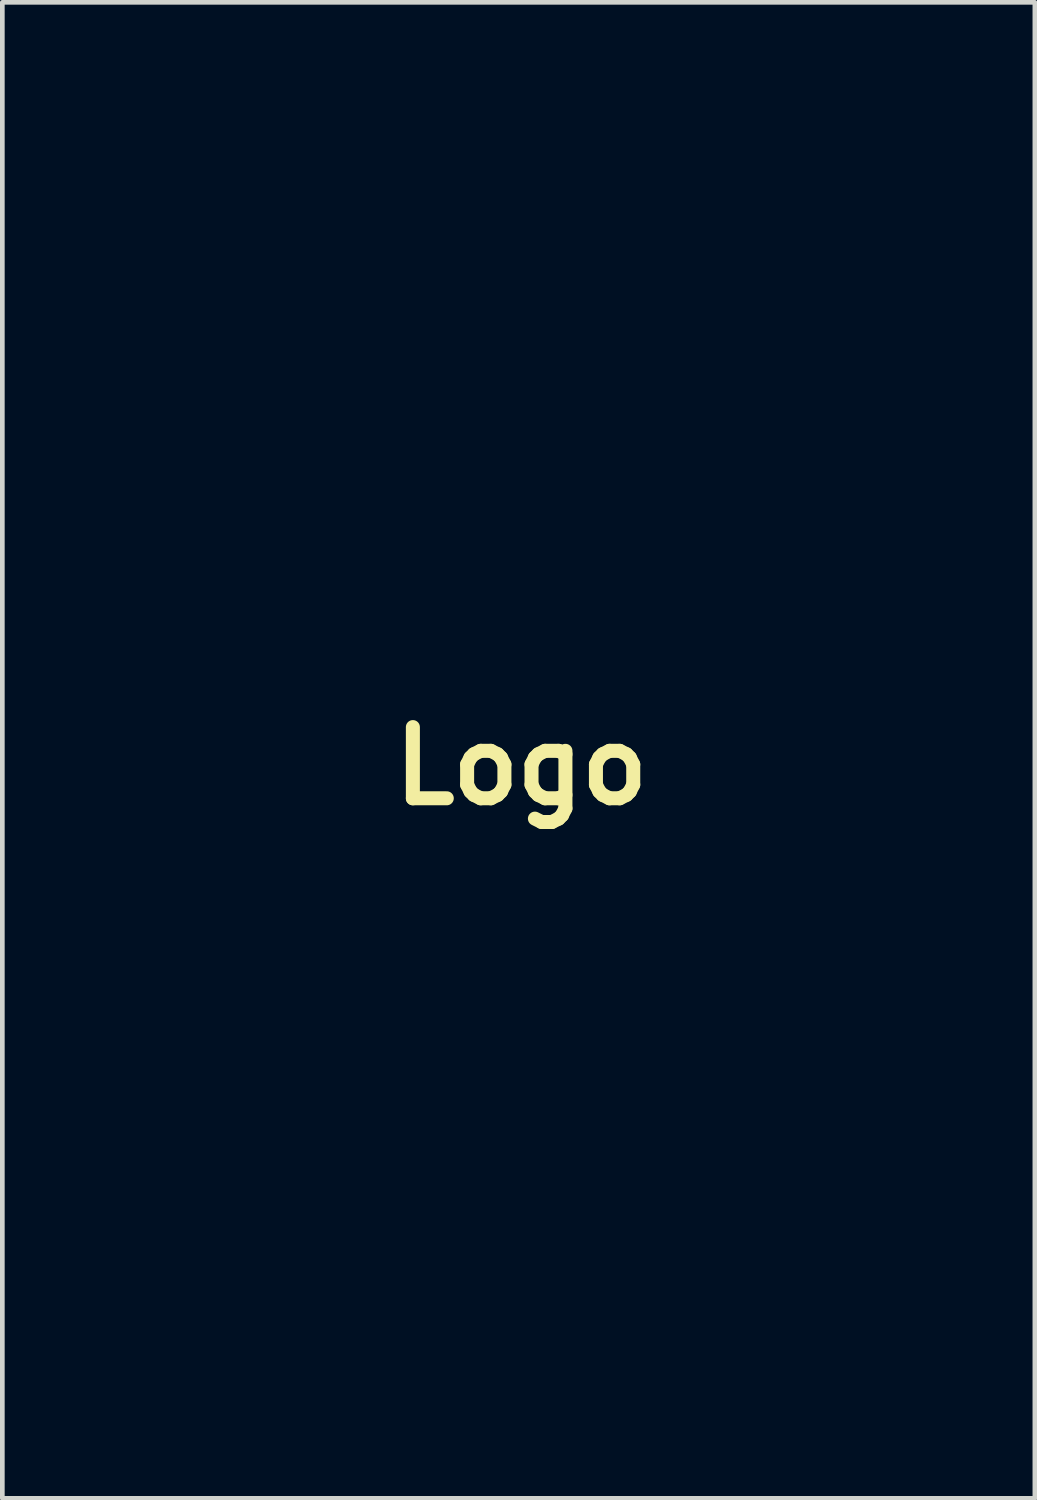
<source format=kicad_pcb>
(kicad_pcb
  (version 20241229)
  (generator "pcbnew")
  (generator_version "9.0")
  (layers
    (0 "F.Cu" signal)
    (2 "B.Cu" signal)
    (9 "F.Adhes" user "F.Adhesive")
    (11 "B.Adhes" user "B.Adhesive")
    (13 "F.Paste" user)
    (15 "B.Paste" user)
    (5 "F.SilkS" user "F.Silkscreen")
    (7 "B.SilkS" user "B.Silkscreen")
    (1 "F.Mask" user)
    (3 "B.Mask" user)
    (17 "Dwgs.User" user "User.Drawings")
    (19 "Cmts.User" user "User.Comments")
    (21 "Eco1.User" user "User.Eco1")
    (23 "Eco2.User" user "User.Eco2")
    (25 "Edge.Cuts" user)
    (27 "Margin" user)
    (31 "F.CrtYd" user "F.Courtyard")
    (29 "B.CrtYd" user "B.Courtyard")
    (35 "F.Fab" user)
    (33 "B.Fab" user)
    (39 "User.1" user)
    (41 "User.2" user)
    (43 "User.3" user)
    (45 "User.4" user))
  (footprint "Logo"
    (layer "F.Cu")
    (at 8.111 13.35)
    (property "Reference" "Logo" (at 0 0 0) (layer "F.SilkS") (effects (font (size 1.524 1.524) (thickness 0.3))))
    (attr through_hole)
    (fp_poly (pts (xy -2.435 7.479) (xy -2.406 7.495) (xy -2.382 7.523) (xy -2.362 7.568) (xy -2.347 7.634) (xy -2.335 7.723) (xy -2.326 7.841) (xy -2.32 7.989) (xy -2.316 8.172) (xy -2.314 8.394) (xy -2.314 8.657) (xy -2.314 8.966) (xy -2.314 9.324) (xy -2.314 9.735) (xy -2.314 9.751) (xy -2.314 11.91) (xy -1.236 11.91) (xy -1.252 11.975) (xy -1.287 12.081) (xy -1.338 12.193) (xy -1.394 12.29) (xy -1.441 12.349) (xy -1.465 12.367) (xy -1.496 12.38) (xy -1.542 12.391) (xy -1.611 12.398) (xy -1.71 12.403) (xy -1.847 12.407) (xy -2.029 12.411) (xy -2.148 12.412) (xy -2.794 12.421) (xy -2.794 7.479) (xy -2.611 7.479) (xy -2.557 7.477) (xy -2.51 7.474) (xy -2.469 7.474) (xy -2.435 7.479)) (stroke (width 0.01) (type solid)) (fill no) (layer "Eco2.User"))
    (fp_poly (pts (xy 4.15 7.474) (xy 4.195 7.477) (xy 4.246 7.479) (xy 4.247 7.479) (xy 4.431 7.479) (xy 4.433 8.375) (xy 4.435 9.271) (xy 5.028 7.507) (xy 5.528 7.507) (xy 5.448 7.74) (xy 5.419 7.825) (xy 5.374 7.954) (xy 5.317 8.12) (xy 5.251 8.313) (xy 5.178 8.524) (xy 5.102 8.746) (xy 5.067 8.846) (xy 4.766 9.719) (xy 5.164 11.025) (xy 5.243 11.287) (xy 5.318 11.532) (xy 5.387 11.757) (xy 5.448 11.956) (xy 5.499 12.122) (xy 5.538 12.25) (xy 5.565 12.336) (xy 5.577 12.374) (xy 5.577 12.374) (xy 5.578 12.395) (xy 5.554 12.408) (xy 5.496 12.415) (xy 5.394 12.418) (xy 5.341 12.418) (xy 5.088 12.418) (xy 4.902 11.79) (xy 4.838 11.574) (xy 4.769 11.342) (xy 4.701 11.111) (xy 4.638 10.898) (xy 4.586 10.72) (xy 4.58 10.702) (xy 4.445 10.241) (xy 4.43 12.418) (xy 3.951 12.418) (xy 3.951 10.005) (xy 3.951 9.568) (xy 3.95 9.184) (xy 3.95 8.85) (xy 3.951 8.562) (xy 3.952 8.317) (xy 3.955 8.111) (xy 3.96 7.941) (xy 3.967 7.804) (xy 3.976 7.696) (xy 3.989 7.614) (xy 4.005 7.555) (xy 4.025 7.514) (xy 4.049 7.489) (xy 4.077 7.476) (xy 4.111 7.472) (xy 4.15 7.474)) (stroke (width 0.01) (type solid)) (fill no) (layer "Eco2.User"))
    (fp_poly (pts (xy 4.43 2.117) (xy 4.555 2.117) (xy 5.535 2.117) (xy 5.515 2.18) (xy 5.492 2.24) (xy 5.454 2.328) (xy 5.421 2.399) (xy 5.37 2.49) (xy 5.31 2.553) (xy 5.231 2.593) (xy 5.121 2.614) (xy 4.97 2.622) (xy 4.923 2.623) (xy 4.799 2.628) (xy 4.708 2.641) (xy 4.662 2.659) (xy 4.656 2.679) (xy 4.65 2.727) (xy 4.645 2.806) (xy 4.641 2.919) (xy 4.637 3.069) (xy 4.634 3.258) (xy 4.632 3.489) (xy 4.63 3.766) (xy 4.629 4.09) (xy 4.629 4.466) (xy 4.628 4.874) (xy 4.628 7.056) (xy 4.438 7.055) (xy 4.333 7.05) (xy 4.246 7.039) (xy 4.198 7.025) (xy 4.189 7.017) (xy 4.181 7.002) (xy 4.174 6.977) (xy 4.168 6.937) (xy 4.164 6.879) (xy 4.16 6.799) (xy 4.156 6.694) (xy 4.154 6.559) (xy 4.152 6.391) (xy 4.151 6.187) (xy 4.15 5.942) (xy 4.149 5.652) (xy 4.149 5.315) (xy 4.149 4.926) (xy 4.149 4.81) (xy 4.149 2.625) (xy 3.471 2.625) (xy 3.471 2.417) (xy 3.471 2.341) (xy 3.472 2.278) (xy 3.48 2.229) (xy 3.5 2.19) (xy 3.539 2.162) (xy 3.6 2.142) (xy 3.689 2.129) (xy 3.811 2.121) (xy 3.972 2.117) (xy 4.176 2.116) (xy 4.43 2.117)) (stroke (width 0.01) (type solid)) (fill no) (layer "Eco2.User"))
    (fp_poly (pts (xy 2.179 2.119) (xy 2.345 2.126) (xy 2.473 2.14) (xy 2.573 2.163) (xy 2.653 2.198) (xy 2.722 2.246) (xy 2.78 2.3) (xy 2.827 2.349) (xy 2.866 2.397) (xy 2.896 2.451) (xy 2.919 2.517) (xy 2.936 2.601) (xy 2.948 2.709) (xy 2.956 2.847) (xy 2.961 3.022) (xy 2.963 3.241) (xy 2.963 3.508) (xy 2.963 3.553) (xy 2.963 3.831) (xy 2.96 4.058) (xy 2.956 4.239) (xy 2.949 4.38) (xy 2.938 4.486) (xy 2.923 4.562) (xy 2.903 4.615) (xy 2.879 4.649) (xy 2.848 4.67) (xy 2.836 4.675) (xy 2.807 4.693) (xy 2.82 4.722) (xy 2.834 4.739) (xy 2.866 4.777) (xy 2.893 4.818) (xy 2.914 4.866) (xy 2.93 4.929) (xy 2.943 5.011) (xy 2.952 5.119) (xy 2.957 5.258) (xy 2.961 5.434) (xy 2.963 5.653) (xy 2.963 5.921) (xy 2.963 6.025) (xy 2.963 7.056) (xy 2.484 7.056) (xy 2.484 5.113) (xy 2.41 5.026) (xy 2.366 4.978) (xy 2.32 4.952) (xy 2.256 4.941) (xy 2.156 4.939) (xy 1.976 4.939) (xy 1.976 7.056) (xy 1.496 7.056) (xy 1.496 2.596) (xy 1.976 2.596) (xy 1.976 4.459) (xy 2.16 4.459) (xy 2.267 4.456) (xy 2.336 4.443) (xy 2.385 4.416) (xy 2.414 4.39) (xy 2.484 4.321) (xy 2.484 2.735) (xy 2.414 2.666) (xy 2.367 2.627) (xy 2.312 2.606) (xy 2.231 2.597) (xy 2.16 2.596) (xy 1.976 2.596) (xy 1.496 2.596) (xy 1.496 2.117) (xy 1.965 2.117) (xy 2.179 2.119)) (stroke (width 0.01) (type solid)) (fill no) (layer "Eco2.User"))
    (fp_poly (pts (xy -3.088 2.117) (xy -3.043 2.123) (xy -3.004 2.139) (xy -2.97 2.169) (xy -2.938 2.218) (xy -2.907 2.289) (xy -2.876 2.387) (xy -2.843 2.516) (xy -2.806 2.681) (xy -2.763 2.885) (xy -2.714 3.133) (xy -2.655 3.429) (xy -2.609 3.663) (xy -2.555 3.937) (xy -2.504 4.194) (xy -2.456 4.428) (xy -2.414 4.635) (xy -2.378 4.808) (xy -2.349 4.943) (xy -2.328 5.034) (xy -2.316 5.077) (xy -2.315 5.08) (xy -2.307 5.053) (xy -2.289 4.976) (xy -2.264 4.854) (xy -2.232 4.693) (xy -2.193 4.497) (xy -2.15 4.273) (xy -2.103 4.025) (xy -2.053 3.759) (xy -2.048 3.732) (xy -1.997 3.461) (xy -1.949 3.204) (xy -1.904 2.968) (xy -1.864 2.757) (xy -1.83 2.579) (xy -1.802 2.439) (xy -1.783 2.342) (xy -1.772 2.295) (xy -1.772 2.294) (xy -1.732 2.206) (xy -1.664 2.15) (xy -1.558 2.122) (xy -1.447 2.117) (xy -1.27 2.117) (xy -1.27 7.056) (xy -1.75 7.056) (xy -1.752 5.793) (xy -1.754 4.53) (xy -1.892 5.165) (xy -1.935 5.361) (xy -1.977 5.552) (xy -2.015 5.727) (xy -2.047 5.873) (xy -2.07 5.981) (xy -2.076 6.008) (xy -2.122 6.216) (xy -2.252 6.198) (xy -2.384 6.167) (xy -2.476 6.109) (xy -2.542 6.017) (xy -2.55 6.002) (xy -2.569 5.948) (xy -2.597 5.847) (xy -2.633 5.709) (xy -2.674 5.542) (xy -2.718 5.356) (xy -2.749 5.217) (xy -2.902 4.53) (xy -2.905 5.793) (xy -2.907 7.056) (xy -3.387 7.056) (xy -3.387 2.117) (xy -3.202 2.117) (xy -3.14 2.116) (xy -3.088 2.117)) (stroke (width 0.01) (type solid)) (fill no) (layer "Eco2.User"))
    (fp_poly (pts (xy 0.078 2.131) (xy 0.181 2.174) (xy 0.244 2.254) (xy 0.265 2.321) (xy 0.27 2.359) (xy 0.284 2.446) (xy 0.304 2.579) (xy 0.329 2.752) (xy 0.36 2.961) (xy 0.395 3.199) (xy 0.434 3.463) (xy 0.476 3.746) (xy 0.52 4.045) (xy 0.566 4.355) (xy 0.612 4.669) (xy 0.658 4.984) (xy 0.704 5.293) (xy 0.748 5.593) (xy 0.79 5.879) (xy 0.829 6.145) (xy 0.864 6.385) (xy 0.895 6.597) (xy 0.92 6.773) (xy 0.94 6.91) (xy 0.953 7.002) (xy 0.959 7.045) (xy 0.96 7.047) (xy 0.933 7.051) (xy 0.863 7.054) (xy 0.761 7.055) (xy 0.696 7.056) (xy 0.433 7.056) (xy 0.224 5.375) (xy 0.186 5.076) (xy 0.15 4.795) (xy 0.116 4.538) (xy 0.085 4.308) (xy 0.058 4.112) (xy 0.034 3.953) (xy 0.015 3.835) (xy 0.002 3.764) (xy -0.005 3.745) (xy -0.005 3.745) (xy -0.012 3.782) (xy -0.025 3.87) (xy -0.044 4.003) (xy -0.067 4.176) (xy -0.094 4.384) (xy -0.124 4.621) (xy -0.157 4.883) (xy -0.192 5.163) (xy -0.212 5.32) (xy -0.247 5.61) (xy -0.281 5.887) (xy -0.313 6.143) (xy -0.342 6.374) (xy -0.367 6.574) (xy -0.387 6.737) (xy -0.403 6.859) (xy -0.412 6.932) (xy -0.415 6.95) (xy -0.431 7.056) (xy -0.956 7.056) (xy -0.942 6.964) (xy -0.935 6.922) (xy -0.922 6.829) (xy -0.901 6.689) (xy -0.874 6.506) (xy -0.842 6.284) (xy -0.805 6.027) (xy -0.763 5.74) (xy -0.717 5.427) (xy -0.669 5.093) (xy -0.617 4.741) (xy -0.583 4.501) (xy -0.238 2.131) (xy -0.068 2.123) (xy 0.078 2.131)) (stroke (width 0.01) (type solid)) (fill no) (layer "Eco2.User"))
    (fp_poly (pts (xy 0.167 7.225) (xy 0.746 7.225) (xy 1.272 7.225) (xy 1.75 7.226) (xy 2.18 7.226) (xy 2.566 7.227) (xy 2.91 7.228) (xy 3.213 7.229) (xy 3.479 7.23) (xy 3.71 7.232) (xy 3.908 7.234) (xy 4.075 7.236) (xy 4.215 7.238) (xy 4.328 7.241) (xy 4.418 7.244) (xy 4.487 7.247) (xy 4.538 7.251) (xy 4.571 7.255) (xy 4.591 7.26) (xy 4.6 7.265) (xy 4.6 7.267) (xy 4.596 7.273) (xy 4.58 7.277) (xy 4.552 7.282) (xy 4.508 7.286) (xy 4.446 7.289) (xy 4.364 7.293) (xy 4.259 7.295) (xy 4.13 7.298) (xy 3.973 7.3) (xy 3.787 7.302) (xy 3.568 7.304) (xy 3.315 7.305) (xy 3.026 7.306) (xy 2.697 7.307) (xy 2.327 7.308) (xy 1.913 7.309) (xy 1.453 7.309) (xy 0.945 7.309) (xy 0.386 7.309) (xy -0.227 7.31) (xy -0.466 7.31) (xy -1.098 7.31) (xy -1.677 7.309) (xy -2.204 7.309) (xy -2.681 7.309) (xy -3.112 7.308) (xy -3.498 7.308) (xy -3.841 7.307) (xy -4.145 7.306) (xy -4.411 7.304) (xy -4.641 7.303) (xy -4.839 7.301) (xy -5.007 7.299) (xy -5.146 7.296) (xy -5.26 7.294) (xy -5.35 7.291) (xy -5.419 7.287) (xy -5.469 7.283) (xy -5.503 7.279) (xy -5.523 7.274) (xy -5.531 7.269) (xy -5.532 7.267) (xy -5.527 7.262) (xy -5.512 7.257) (xy -5.483 7.253) (xy -5.439 7.249) (xy -5.377 7.245) (xy -5.295 7.242) (xy -5.191 7.239) (xy -5.061 7.236) (xy -4.904 7.234) (xy -4.718 7.232) (xy -4.499 7.231) (xy -4.247 7.229) (xy -3.957 7.228) (xy -3.629 7.227) (xy -3.259 7.226) (xy -2.845 7.226) (xy -2.385 7.225) (xy -1.876 7.225) (xy -1.317 7.225) (xy -0.705 7.225) (xy -0.466 7.225) (xy 0.167 7.225)) (stroke (width 0.01) (type solid)) (fill no) (layer "Eco2.User"))
    (fp_poly (pts (xy -4.847 7.479) (xy -4.684 7.481) (xy -4.532 7.486) (xy -4.406 7.493) (xy -4.316 7.502) (xy -4.286 7.508) (xy -4.124 7.578) (xy -3.996 7.691) (xy -3.916 7.816) (xy -3.838 7.969) (xy -3.838 8.797) (xy -3.839 9.055) (xy -3.841 9.264) (xy -3.845 9.428) (xy -3.853 9.556) (xy -3.865 9.653) (xy -3.883 9.725) (xy -3.907 9.779) (xy -3.938 9.822) (xy -3.978 9.86) (xy -4.005 9.882) (xy -4.095 9.952) (xy -4.02 9.991) (xy -3.959 10.043) (xy -3.902 10.119) (xy -3.892 10.137) (xy -3.877 10.171) (xy -3.864 10.21) (xy -3.855 10.262) (xy -3.848 10.331) (xy -3.844 10.427) (xy -3.841 10.554) (xy -3.839 10.721) (xy -3.838 10.933) (xy -3.838 11.085) (xy -3.838 11.928) (xy -3.916 12.081) (xy -4.018 12.231) (xy -4.152 12.335) (xy -4.286 12.389) (xy -4.35 12.399) (xy -4.457 12.407) (xy -4.595 12.413) (xy -4.754 12.417) (xy -4.847 12.418) (xy -5.306 12.418) (xy -5.306 11.91) (xy -4.826 11.91) (xy -4.641 11.91) (xy -4.535 11.907) (xy -4.466 11.894) (xy -4.416 11.867) (xy -4.387 11.841) (xy -4.318 11.771) (xy -4.318 11.052) (xy -4.318 10.832) (xy -4.319 10.661) (xy -4.321 10.533) (xy -4.325 10.44) (xy -4.331 10.374) (xy -4.34 10.329) (xy -4.353 10.298) (xy -4.37 10.272) (xy -4.385 10.255) (xy -4.43 10.211) (xy -4.483 10.186) (xy -4.562 10.172) (xy -4.639 10.165) (xy -4.826 10.153) (xy -4.826 11.91) (xy -5.306 11.91) (xy -5.306 7.987) (xy -4.826 7.987) (xy -4.826 9.708) (xy -4.641 9.708) (xy -4.535 9.705) (xy -4.466 9.693) (xy -4.416 9.665) (xy -4.387 9.639) (xy -4.318 9.57) (xy -4.318 8.125) (xy -4.387 8.056) (xy -4.434 8.017) (xy -4.489 7.996) (xy -4.57 7.988) (xy -4.641 7.987) (xy -4.826 7.987) (xy -5.306 7.987) (xy -5.306 7.479) (xy -4.847 7.479)) (stroke (width 0.01) (type solid)) (fill no) (layer "Eco2.User"))
    (fp_poly (pts (xy 0.736 12.587) (xy 1.404 12.587) (xy 2.019 12.587) (xy 2.585 12.588) (xy 3.102 12.588) (xy 3.573 12.589) (xy 4 12.589) (xy 4.385 12.59) (xy 4.73 12.591) (xy 5.038 12.592) (xy 5.31 12.593) (xy 5.548 12.595) (xy 5.755 12.597) (xy 5.933 12.599) (xy 6.083 12.601) (xy 6.207 12.603) (xy 6.309 12.606) (xy 6.389 12.609) (xy 6.451 12.612) (xy 6.495 12.616) (xy 6.525 12.62) (xy 6.541 12.624) (xy 6.547 12.629) (xy 6.548 12.629) (xy 6.543 12.634) (xy 6.528 12.638) (xy 6.501 12.642) (xy 6.459 12.646) (xy 6.4 12.649) (xy 6.323 12.653) (xy 6.225 12.655) (xy 6.104 12.658) (xy 5.958 12.66) (xy 5.785 12.662) (xy 5.582 12.664) (xy 5.349 12.665) (xy 5.083 12.667) (xy 4.781 12.668) (xy 4.441 12.669) (xy 4.062 12.67) (xy 3.642 12.67) (xy 3.178 12.671) (xy 2.668 12.671) (xy 2.11 12.671) (xy 1.503 12.672) (xy 0.843 12.672) (xy 0.13 12.672) (xy 0.014 12.672) (xy -0.708 12.672) (xy -1.376 12.672) (xy -1.991 12.671) (xy -2.556 12.671) (xy -3.074 12.671) (xy -3.545 12.67) (xy -3.972 12.67) (xy -4.357 12.669) (xy -4.702 12.668) (xy -5.01 12.667) (xy -5.282 12.666) (xy -5.52 12.664) (xy -5.727 12.662) (xy -5.904 12.66) (xy -6.054 12.658) (xy -6.179 12.656) (xy -6.281 12.653) (xy -6.361 12.65) (xy -6.423 12.647) (xy -6.467 12.643) (xy -6.497 12.639) (xy -6.513 12.635) (xy -6.519 12.63) (xy -6.519 12.629) (xy -6.515 12.625) (xy -6.5 12.62) (xy -6.472 12.616) (xy -6.43 12.613) (xy -6.372 12.609) (xy -6.295 12.606) (xy -6.196 12.604) (xy -6.075 12.601) (xy -5.929 12.599) (xy -5.756 12.597) (xy -5.554 12.595) (xy -5.321 12.594) (xy -5.054 12.592) (xy -4.752 12.591) (xy -4.413 12.59) (xy -4.034 12.589) (xy -3.614 12.589) (xy -3.15 12.588) (xy -2.64 12.588) (xy -2.082 12.587) (xy -1.475 12.587) (xy -0.815 12.587) (xy -0.102 12.587) (xy 0.014 12.587) (xy 0.736 12.587)) (stroke (width 0.01) (type solid)) (fill no) (layer "Eco2.User"))
    (fp_poly (pts (xy 2.453 7.447) (xy 2.469 7.45) (xy 2.575 7.477) (xy 2.654 7.517) (xy 2.732 7.582) (xy 2.768 7.618) (xy 2.834 7.692) (xy 2.883 7.767) (xy 2.918 7.853) (xy 2.942 7.959) (xy 2.955 8.094) (xy 2.962 8.268) (xy 2.963 8.452) (xy 2.962 8.646) (xy 2.956 8.793) (xy 2.942 8.9) (xy 2.916 8.979) (xy 2.874 9.036) (xy 2.814 9.082) (xy 2.732 9.125) (xy 2.691 9.144) (xy 2.598 9.185) (xy 2.529 9.215) (xy 2.495 9.229) (xy 2.494 9.229) (xy 2.491 9.202) (xy 2.488 9.127) (xy 2.486 9.012) (xy 2.484 8.865) (xy 2.484 8.695) (xy 2.484 8.634) (xy 2.484 8.039) (xy 2.401 7.956) (xy 2.299 7.889) (xy 2.188 7.874) (xy 2.079 7.914) (xy 2.041 7.942) (xy 1.961 8.01) (xy 1.954 9.896) (xy 1.952 10.303) (xy 1.952 10.656) (xy 1.952 10.958) (xy 1.954 11.212) (xy 1.956 11.42) (xy 1.959 11.584) (xy 1.963 11.709) (xy 1.969 11.795) (xy 1.975 11.847) (xy 1.979 11.861) (xy 2.045 11.959) (xy 2.138 12.013) (xy 2.243 12.022) (xy 2.348 11.983) (xy 2.401 11.94) (xy 2.484 11.858) (xy 2.484 11.425) (xy 2.487 11.214) (xy 2.495 11.059) (xy 2.508 10.959) (xy 2.52 10.922) (xy 2.566 10.869) (xy 2.649 10.807) (xy 2.752 10.747) (xy 2.857 10.698) (xy 2.9 10.683) (xy 2.963 10.664) (xy 2.963 11.274) (xy 2.962 11.514) (xy 2.958 11.704) (xy 2.95 11.853) (xy 2.935 11.97) (xy 2.913 12.061) (xy 2.882 12.134) (xy 2.84 12.198) (xy 2.786 12.259) (xy 2.766 12.28) (xy 2.671 12.364) (xy 2.584 12.414) (xy 2.487 12.443) (xy 2.328 12.465) (xy 2.16 12.47) (xy 2.008 12.457) (xy 1.961 12.448) (xy 1.793 12.381) (xy 1.652 12.273) (xy 1.548 12.134) (xy 1.498 12.007) (xy 1.492 11.954) (xy 1.487 11.85) (xy 1.482 11.701) (xy 1.477 11.513) (xy 1.474 11.292) (xy 1.471 11.043) (xy 1.469 10.772) (xy 1.467 10.485) (xy 1.467 10.188) (xy 1.466 9.886) (xy 1.467 9.585) (xy 1.468 9.292) (xy 1.47 9.011) (xy 1.472 8.748) (xy 1.475 8.51) (xy 1.479 8.302) (xy 1.484 8.129) (xy 1.489 7.998) (xy 1.495 7.915) (xy 1.498 7.89) (xy 1.561 7.743) (xy 1.666 7.611) (xy 1.799 7.511) (xy 1.811 7.504) (xy 1.941 7.459) (xy 2.105 7.434) (xy 2.282 7.429) (xy 2.453 7.447)) (stroke (width 0.01) (type solid)) (fill no) (layer "Eco2.User"))
    (fp_poly (pts (xy -4.648 2.069) (xy -4.445 2.11) (xy -4.279 2.193) (xy -4.151 2.316) (xy -4.062 2.479) (xy -4.015 2.678) (xy -4.008 2.814) (xy -4.02 2.97) (xy -4.062 3.087) (xy -4.139 3.173) (xy -4.224 3.226) (xy -4.341 3.285) (xy -4.417 3.315) (xy -4.461 3.311) (xy -4.481 3.267) (xy -4.487 3.179) (xy -4.487 3.054) (xy -4.49 2.924) (xy -4.499 2.805) (xy -4.51 2.716) (xy -4.518 2.687) (xy -4.578 2.588) (xy -4.667 2.529) (xy -4.77 2.513) (xy -4.875 2.545) (xy -4.941 2.594) (xy -4.975 2.63) (xy -4.999 2.664) (xy -5.013 2.708) (xy -5.02 2.773) (xy -5.023 2.871) (xy -5.024 3.013) (xy -5.024 3.027) (xy -5.018 3.254) (xy -5 3.429) (xy -4.979 3.53) (xy -4.955 3.594) (xy -4.908 3.7) (xy -4.843 3.841) (xy -4.763 4.008) (xy -4.671 4.194) (xy -4.572 4.392) (xy -4.544 4.446) (xy -4.416 4.698) (xy -4.311 4.907) (xy -4.227 5.081) (xy -4.161 5.226) (xy -4.111 5.35) (xy -4.075 5.461) (xy -4.051 5.565) (xy -4.034 5.671) (xy -4.024 5.785) (xy -4.018 5.915) (xy -4.015 6.023) (xy -4.01 6.251) (xy -4.014 6.431) (xy -4.028 6.573) (xy -4.053 6.686) (xy -4.091 6.777) (xy -4.142 6.855) (xy -4.152 6.867) (xy -4.263 6.975) (xy -4.394 7.047) (xy -4.555 7.088) (xy -4.698 7.1) (xy -4.823 7.101) (xy -4.942 7.095) (xy -5.03 7.083) (xy -5.038 7.082) (xy -5.206 7.012) (xy -5.344 6.896) (xy -5.432 6.765) (xy -5.461 6.702) (xy -5.481 6.644) (xy -5.493 6.576) (xy -5.5 6.488) (xy -5.502 6.366) (xy -5.502 6.239) (xy -5.499 6.047) (xy -5.49 5.908) (xy -5.476 5.819) (xy -5.464 5.789) (xy -5.418 5.741) (xy -5.331 5.684) (xy -5.225 5.628) (xy -5.024 5.535) (xy -5.024 6.495) (xy -4.941 6.578) (xy -4.843 6.643) (xy -4.739 6.659) (xy -4.64 6.629) (xy -4.559 6.558) (xy -4.506 6.45) (xy -4.5 6.421) (xy -4.493 6.351) (xy -4.49 6.24) (xy -4.49 6.105) (xy -4.494 5.973) (xy -4.5 5.854) (xy -4.509 5.75) (xy -4.523 5.654) (xy -4.546 5.558) (xy -4.579 5.456) (xy -4.626 5.339) (xy -4.689 5.2) (xy -4.771 5.033) (xy -4.874 4.83) (xy -4.985 4.614) (xy -5.114 4.364) (xy -5.22 4.157) (xy -5.305 3.985) (xy -5.37 3.841) (xy -5.42 3.718) (xy -5.455 3.608) (xy -5.478 3.504) (xy -5.493 3.398) (xy -5.5 3.283) (xy -5.503 3.151) (xy -5.503 2.996) (xy -5.503 2.993) (xy -5.502 2.822) (xy -5.499 2.696) (xy -5.493 2.604) (xy -5.481 2.536) (xy -5.464 2.48) (xy -5.444 2.436) (xy -5.34 2.28) (xy -5.198 2.166) (xy -5.02 2.094) (xy -4.806 2.065) (xy -4.648 2.069)) (stroke (width 0.01) (type solid)) (fill no) (layer "Eco2.User"))
    (fp_poly (pts (xy -0.016 7.439) (xy 0.093 7.445) (xy 0.172 7.458) (xy 0.232 7.479) (xy 0.254 7.489) (xy 0.399 7.587) (xy 0.506 7.709) (xy 0.546 7.775) (xy 0.558 7.797) (xy 0.567 7.82) (xy 0.576 7.849) (xy 0.583 7.886) (xy 0.589 7.937) (xy 0.594 8.004) (xy 0.598 8.093) (xy 0.601 8.207) (xy 0.603 8.35) (xy 0.605 8.527) (xy 0.606 8.741) (xy 0.606 8.996) (xy 0.607 9.297) (xy 0.607 9.646) (xy 0.607 9.948) (xy 0.607 10.338) (xy 0.607 10.676) (xy 0.606 10.965) (xy 0.606 11.21) (xy 0.604 11.415) (xy 0.603 11.583) (xy 0.6 11.719) (xy 0.597 11.827) (xy 0.593 11.91) (xy 0.588 11.974) (xy 0.582 12.021) (xy 0.574 12.055) (xy 0.565 12.082) (xy 0.555 12.105) (xy 0.546 12.121) (xy 0.457 12.256) (xy 0.351 12.352) (xy 0.217 12.416) (xy 0.048 12.452) (xy -0.113 12.463) (xy -0.241 12.465) (xy -0.356 12.462) (xy -0.442 12.454) (xy -0.466 12.45) (xy -0.64 12.38) (xy -0.779 12.271) (xy -0.889 12.115) (xy -0.893 12.107) (xy -0.903 12.086) (xy -0.912 12.059) (xy -0.919 12.024) (xy -0.926 11.976) (xy -0.931 11.91) (xy -0.936 11.824) (xy -0.94 11.712) (xy -0.943 11.571) (xy -0.945 11.396) (xy -0.948 11.184) (xy -0.95 10.931) (xy -0.951 10.631) (xy -0.953 10.282) (xy -0.954 10.033) (xy -0.955 9.948) (xy -0.48 9.948) (xy -0.479 10.361) (xy -0.478 10.719) (xy -0.476 11.025) (xy -0.474 11.28) (xy -0.47 11.486) (xy -0.466 11.646) (xy -0.461 11.761) (xy -0.455 11.832) (xy -0.448 11.862) (xy -0.373 11.952) (xy -0.267 12.008) (xy -0.147 12.026) (xy -0.029 12.001) (xy 0.013 11.978) (xy 0.071 11.919) (xy 0.111 11.847) (xy 0.117 11.801) (xy 0.123 11.704) (xy 0.128 11.563) (xy 0.132 11.383) (xy 0.135 11.17) (xy 0.138 10.93) (xy 0.14 10.669) (xy 0.142 10.393) (xy 0.142 10.108) (xy 0.142 9.82) (xy 0.142 9.534) (xy 0.14 9.257) (xy 0.138 8.994) (xy 0.136 8.752) (xy 0.132 8.536) (xy 0.128 8.352) (xy 0.123 8.206) (xy 0.118 8.104) (xy 0.111 8.052) (xy 0.111 8.049) (xy 0.052 7.955) (xy -0.038 7.895) (xy -0.146 7.871) (xy -0.257 7.883) (xy -0.359 7.931) (xy -0.438 8.016) (xy -0.448 8.034) (xy -0.455 8.069) (xy -0.461 8.145) (xy -0.466 8.263) (xy -0.471 8.427) (xy -0.474 8.638) (xy -0.477 8.897) (xy -0.478 9.207) (xy -0.479 9.57) (xy -0.48 9.948) (xy -0.955 9.948) (xy -0.956 9.586) (xy -0.956 9.194) (xy -0.956 8.857) (xy -0.954 8.572) (xy -0.951 8.34) (xy -0.947 8.158) (xy -0.942 8.025) (xy -0.936 7.941) (xy -0.932 7.915) (xy -0.869 7.751) (xy -0.76 7.61) (xy -0.615 7.502) (xy -0.611 7.499) (xy -0.551 7.472) (xy -0.488 7.453) (xy -0.409 7.443) (xy -0.298 7.438) (xy -0.169 7.437) (xy -0.016 7.439)) (stroke (width 0.01) (type solid)) (fill no) (layer "Eco2.User"))
    (fp_poly (pts (xy 1.109 -13.25) (xy 1.412 -13.225) (xy 1.756 -13.197) (xy 2.125 -13.167) (xy 2.505 -13.136) (xy 2.879 -13.106) (xy 3.234 -13.077) (xy 3.528 -13.054) (xy 3.812 -13.031) (xy 4.098 -13.008) (xy 4.377 -12.985) (xy 4.64 -12.964) (xy 4.878 -12.945) (xy 5.081 -12.929) (xy 5.241 -12.916) (xy 5.292 -12.911) (xy 5.608 -12.886) (xy 5.924 -12.86) (xy 6.233 -12.835) (xy 6.531 -12.812) (xy 6.81 -12.789) (xy 7.065 -12.77) (xy 7.289 -12.752) (xy 7.478 -12.738) (xy 7.624 -12.727) (xy 7.721 -12.72) (xy 7.742 -12.719) (xy 7.862 -12.706) (xy 7.946 -12.684) (xy 7.976 -12.667) (xy 7.981 -12.656) (xy 7.985 -12.633) (xy 7.987 -12.596) (xy 7.987 -12.542) (xy 7.985 -12.468) (xy 7.98 -12.371) (xy 7.972 -12.248) (xy 7.961 -12.097) (xy 7.947 -11.914) (xy 7.93 -11.697) (xy 7.908 -11.443) (xy 7.883 -11.15) (xy 7.854 -10.813) (xy 7.821 -10.431) (xy 7.783 -10.001) (xy 7.74 -9.519) (xy 7.705 -9.128) (xy 7.663 -8.652) (xy 7.619 -8.166) (xy 7.576 -7.677) (xy 7.532 -7.191) (xy 7.49 -6.713) (xy 7.449 -6.249) (xy 7.409 -5.805) (xy 7.372 -5.386) (xy 7.338 -4.999) (xy 7.307 -4.649) (xy 7.28 -4.342) (xy 7.257 -4.084) (xy 7.251 -4.022) (xy 7.225 -3.725) (xy 7.199 -3.443) (xy 7.174 -3.183) (xy 7.152 -2.949) (xy 7.132 -2.746) (xy 7.114 -2.58) (xy 7.1 -2.456) (xy 7.09 -2.379) (xy 7.085 -2.355) (xy 7.057 -2.331) (xy 6.98 -2.28) (xy 6.854 -2.202) (xy 6.68 -2.096) (xy 6.459 -1.964) (xy 6.191 -1.805) (xy 5.876 -1.619) (xy 5.514 -1.407) (xy 5.106 -1.17) (xy 4.652 -0.906) (xy 4.154 -0.617) (xy 3.721 -0.367) (xy 3.317 -0.134) (xy 2.924 0.093) (xy 2.545 0.312) (xy 2.183 0.521) (xy 1.842 0.719) (xy 1.523 0.903) (xy 1.231 1.073) (xy 0.968 1.225) (xy 0.737 1.359) (xy 0.541 1.472) (xy 0.384 1.564) (xy 0.268 1.631) (xy 0.196 1.673) (xy 0.178 1.684) (xy 0.065 1.75) (xy -0.013 1.788) (xy -0.068 1.801) (xy -0.113 1.792) (xy -0.159 1.765) (xy -0.192 1.745) (xy -0.27 1.699) (xy -0.39 1.628) (xy -0.548 1.536) (xy -0.739 1.425) (xy -0.961 1.296) (xy -1.209 1.152) (xy -1.481 0.994) (xy -1.771 0.826) (xy -2.078 0.649) (xy -2.275 0.535) (xy -2.633 0.327) (xy -3.011 0.109) (xy -3.4 -0.116) (xy -3.793 -0.343) (xy -4.182 -0.568) (xy -4.56 -0.786) (xy -4.918 -0.993) (xy -5.249 -1.185) (xy -5.545 -1.356) (xy -5.754 -1.476) (xy -6.081 -1.666) (xy -6.369 -1.835) (xy -6.617 -1.983) (xy -6.824 -2.107) (xy -6.986 -2.207) (xy -7.104 -2.283) (xy -7.175 -2.334) (xy -7.198 -2.356) (xy -7.204 -2.393) (xy -7.215 -2.482) (xy -7.23 -2.617) (xy -7.248 -2.794) (xy -7.269 -3.008) (xy -7.292 -3.253) (xy -7.317 -3.525) (xy -7.344 -3.819) (xy -7.372 -4.13) (xy -7.38 -4.219) (xy -7.411 -4.573) (xy -7.443 -4.942) (xy -7.477 -5.316) (xy -7.509 -5.687) (xy -7.541 -6.045) (xy -7.571 -6.38) (xy -7.598 -6.684) (xy -7.621 -6.947) (xy -7.635 -7.098) (xy -7.694 -7.753) (xy -7.748 -8.354) (xy -7.797 -8.904) (xy -7.842 -9.404) (xy -7.882 -9.857) (xy -7.918 -10.266) (xy -7.951 -10.633) (xy -7.98 -10.959) (xy -8.005 -11.249) (xy -8.027 -11.503) (xy -8.046 -11.724) (xy -8.062 -11.914) (xy -8.075 -12.076) (xy -8.085 -12.213) (xy -8.093 -12.325) (xy -8.095 -12.353) (xy -7.779 -12.353) (xy -7.779 -12.323) (xy -7.774 -12.243) (xy -7.765 -12.117) (xy -7.752 -11.95) (xy -7.735 -11.749) (xy -7.716 -11.518) (xy -7.694 -11.263) (xy -7.67 -10.989) (xy -7.662 -10.905) (xy -7.627 -10.508) (xy -7.587 -10.062) (xy -7.543 -9.571) (xy -7.496 -9.043) (xy -7.446 -8.482) (xy -7.393 -7.896) (xy -7.339 -7.289) (xy -7.284 -6.669) (xy -7.228 -6.042) (xy -7.183 -5.532) (xy -7.136 -5.013) (xy -7.095 -4.55) (xy -7.058 -4.138) (xy -7.026 -3.778) (xy -6.998 -3.466) (xy -6.974 -3.201) (xy -6.954 -2.982) (xy -6.937 -2.806) (xy -6.925 -2.671) (xy -6.915 -2.576) (xy -6.909 -2.518) (xy -6.906 -2.497) (xy -6.906 -2.497) (xy -6.881 -2.482) (xy -6.817 -2.445) (xy -6.724 -2.391) (xy -6.618 -2.33) (xy -6.551 -2.291) (xy -6.439 -2.226) (xy -6.287 -2.138) (xy -6.098 -2.028) (xy -5.877 -1.9) (xy -5.627 -1.756) (xy -5.354 -1.597) (xy -5.06 -1.427) (xy -4.751 -1.248) (xy -4.43 -1.062) (xy -4.191 -0.924) (xy -3.846 -0.724) (xy -3.496 -0.521) (xy -3.147 -0.318) (xy -2.805 -0.12) (xy -2.475 0.071) (xy -2.164 0.252) (xy -1.876 0.418) (xy -1.618 0.568) (xy -1.395 0.697) (xy -1.214 0.803) (xy -1.157 0.836) (xy -0.953 0.954) (xy -0.763 1.063) (xy -0.593 1.159) (xy -0.45 1.239) (xy -0.338 1.301) (xy -0.264 1.34) (xy -0.233 1.353) (xy -0.227 1.343) (xy -0.222 1.311) (xy -0.217 1.252) (xy -0.213 1.166) (xy -0.209 1.049) (xy -0.206 0.899) (xy -0.204 0.712) (xy -0.202 0.486) (xy -0.2 0.219) (xy -0.199 -0.093) (xy -0.198 -0.452) (xy -0.198 -0.862) (xy -0.198 -1.323) (xy -0.198 -1.508) (xy -0.198 -1.621) (xy 0.084 -1.621) (xy 0.084 -1.273) (xy 0.085 -0.928) (xy 0.086 -0.591) (xy 0.087 -0.265) (xy 0.089 0.043) (xy 0.091 0.329) (xy 0.094 0.59) (xy 0.097 0.82) (xy 0.1 1.015) (xy 0.103 1.17) (xy 0.107 1.281) (xy 0.112 1.343) (xy 0.115 1.355) (xy 0.145 1.341) (xy 0.218 1.302) (xy 0.33 1.24) (xy 0.475 1.159) (xy 0.647 1.061) (xy 0.842 0.95) (xy 1.054 0.828) (xy 1.152 0.771) (xy 1.338 0.663) (xy 1.566 0.531) (xy 1.831 0.377) (xy 2.127 0.206) (xy 2.447 0.021) (xy 2.785 -0.175) (xy 3.135 -0.378) (xy 3.491 -0.584) (xy 3.847 -0.791) (xy 4.197 -0.993) (xy 4.276 -1.039) (xy 4.598 -1.225) (xy 4.91 -1.406) (xy 5.208 -1.579) (xy 5.487 -1.74) (xy 5.744 -1.889) (xy 5.975 -2.023) (xy 6.176 -2.139) (xy 6.342 -2.236) (xy 6.47 -2.31) (xy 6.557 -2.36) (xy 6.59 -2.379) (xy 6.682 -2.433) (xy 6.753 -2.474) (xy 6.791 -2.496) (xy 6.794 -2.497) (xy 6.798 -2.525) (xy 6.807 -2.602) (xy 6.818 -2.718) (xy 6.832 -2.868) (xy 6.848 -3.041) (xy 6.858 -3.149) (xy 6.879 -3.387) (xy 6.898 -3.61) (xy 6.917 -3.822) (xy 6.936 -4.03) (xy 6.954 -4.241) (xy 6.974 -4.461) (xy 6.995 -4.697) (xy 7.018 -4.955) (xy 7.043 -5.241) (xy 7.072 -5.563) (xy 7.105 -5.925) (xy 7.141 -6.335) (xy 7.154 -6.477) (xy 7.183 -6.802) (xy 7.212 -7.123) (xy 7.239 -7.433) (xy 7.266 -7.726) (xy 7.29 -7.995) (xy 7.311 -8.234) (xy 7.329 -8.436) (xy 7.343 -8.594) (xy 7.352 -8.692) (xy 7.362 -8.81) (xy 7.377 -8.977) (xy 7.396 -9.186) (xy 7.418 -9.429) (xy 7.442 -9.701) (xy 7.468 -9.992) (xy 7.495 -10.297) (xy 7.522 -10.608) (xy 7.535 -10.75) (xy 7.561 -11.044) (xy 7.585 -11.32) (xy 7.607 -11.575) (xy 7.626 -11.802) (xy 7.642 -11.997) (xy 7.654 -12.154) (xy 7.662 -12.269) (xy 7.666 -12.337) (xy 7.666 -12.353) (xy 7.635 -12.354) (xy 7.56 -12.347) (xy 7.452 -12.335) (xy 7.334 -12.319) (xy 7.159 -12.295) (xy 6.951 -12.266) (xy 6.72 -12.234) (xy 6.474 -12.201) (xy 6.219 -12.166) (xy 5.965 -12.131) (xy 5.719 -12.098) (xy 5.49 -12.067) (xy 5.285 -12.039) (xy 5.113 -12.016) (xy 4.982 -11.998) (xy 4.904 -11.988) (xy 4.786 -11.973) (xy 4.713 -11.959) (xy 4.673 -11.942) (xy 4.654 -11.916) (xy 4.645 -11.876) (xy 4.644 -11.87) (xy 4.64 -11.821) (xy 4.633 -11.724) (xy 4.625 -11.584) (xy 4.615 -11.411) (xy 4.604 -11.21) (xy 4.593 -10.99) (xy 4.586 -10.837) (xy 4.576 -10.635) (xy 4.567 -10.433) (xy 4.556 -10.226) (xy 4.546 -10.009) (xy 4.534 -9.777) (xy 4.522 -9.526) (xy 4.508 -9.252) (xy 4.492 -8.949) (xy 4.475 -8.612) (xy 4.456 -8.238) (xy 4.434 -7.821) (xy 4.41 -7.356) (xy 4.386 -6.901) (xy 4.374 -6.682) (xy 4.362 -6.481) (xy 4.35 -6.304) (xy 4.338 -6.158) (xy 4.328 -6.052) (xy 4.32 -5.991) (xy 4.317 -5.98) (xy 4.282 -5.954) (xy 4.205 -5.914) (xy 4.097 -5.867) (xy 3.973 -5.82) (xy 3.788 -5.753) (xy 3.549 -5.666) (xy 3.26 -5.559) (xy 2.918 -5.433) (xy 2.527 -5.287) (xy 2.085 -5.123) (xy 1.593 -4.939) (xy 1.552 -4.924) (xy 1.326 -4.84) (xy 1.105 -4.758) (xy 0.897 -4.681) (xy 0.711 -4.612) (xy 0.556 -4.555) (xy 0.441 -4.512) (xy 0.4 -4.498) (xy 0.285 -4.456) (xy 0.19 -4.42) (xy 0.127 -4.395) (xy 0.11 -4.387) (xy 0.106 -4.357) (xy 0.102 -4.275) (xy 0.098 -4.146) (xy 0.095 -3.975) (xy 0.092 -3.765) (xy 0.09 -3.523) (xy 0.088 -3.251) (xy 0.086 -2.955) (xy 0.085 -2.64) (xy 0.084 -2.309) (xy 0.084 -1.968) (xy 0.084 -1.621) (xy -0.198 -1.621) (xy -0.198 -1.955) (xy -0.199 -2.372) (xy -0.2 -2.759) (xy -0.201 -3.111) (xy -0.203 -3.426) (xy -0.206 -3.701) (xy -0.209 -3.934) (xy -0.212 -4.122) (xy -0.215 -4.262) (xy -0.219 -4.351) (xy -0.223 -4.387) (xy -0.223 -4.387) (xy -0.26 -4.403) (xy -0.336 -4.433) (xy -0.44 -4.471) (xy -0.513 -4.498) (xy -0.6 -4.529) (xy -0.733 -4.578) (xy -0.903 -4.641) (xy -1.101 -4.714) (xy -1.321 -4.796) (xy -1.554 -4.882) (xy -1.778 -4.966) (xy -2.223 -5.132) (xy -2.617 -5.278) (xy -2.962 -5.407) (xy -3.26 -5.517) (xy -3.514 -5.611) (xy -3.724 -5.688) (xy -3.893 -5.75) (xy -4.024 -5.798) (xy -4.117 -5.831) (xy -4.175 -5.85) (xy -4.184 -5.853) (xy -4.244 -5.873) (xy -4.291 -5.896) (xy -4.327 -5.928) (xy -4.354 -5.976) (xy -4.373 -6.048) (xy -4.387 -6.149) (xy -4.398 -6.287) (xy -4.408 -6.468) (xy -4.417 -6.675) (xy -4.423 -6.816) (xy -4.431 -6.991) (xy -4.441 -7.202) (xy -4.454 -7.453) (xy -4.468 -7.747) (xy -4.486 -8.087) (xy -4.506 -8.477) (xy -4.528 -8.92) (xy -4.529 -8.932) (xy -4.534 -9.034) (xy -4.542 -9.182) (xy -4.551 -9.366) (xy -4.562 -9.576) (xy -4.573 -9.802) (xy -4.585 -10.033) (xy -4.587 -10.075) (xy -4.606 -10.457) (xy -4.623 -10.785) (xy -4.637 -11.064) (xy -4.65 -11.297) (xy -4.66 -11.487) (xy -4.669 -11.639) (xy -4.677 -11.754) (xy -4.683 -11.838) (xy -4.688 -11.891) (xy -4.345 -11.891) (xy -4.343 -11.809) (xy -4.338 -11.678) (xy -4.331 -11.503) (xy -4.322 -11.286) (xy -4.31 -11.033) (xy -4.297 -10.746) (xy -4.282 -10.43) (xy -4.266 -10.088) (xy -4.248 -9.725) (xy -4.229 -9.344) (xy -4.209 -8.95) (xy -4.188 -8.545) (xy -4.167 -8.134) (xy -4.163 -8.057) (xy -4.151 -7.829) (xy -4.139 -7.595) (xy -4.128 -7.368) (xy -4.118 -7.163) (xy -4.111 -6.991) (xy -4.107 -6.9) (xy -4.097 -6.682) (xy -4.086 -6.514) (xy -4.076 -6.393) (xy -4.064 -6.312) (xy -4.05 -6.266) (xy -4.033 -6.252) (xy -4.026 -6.253) (xy -3.992 -6.263) (xy -3.91 -6.286) (xy -3.787 -6.321) (xy -3.628 -6.366) (xy -3.441 -6.419) (xy -3.231 -6.479) (xy -3.034 -6.534) (xy -2.75 -6.614) (xy -2.429 -6.704) (xy -2.09 -6.8) (xy -1.75 -6.895) (xy -1.427 -6.986) (xy -1.138 -7.067) (xy -1.115 -7.073) (xy -0.892 -7.136) (xy -0.687 -7.194) (xy -0.506 -7.245) (xy -0.356 -7.289) (xy -0.241 -7.322) (xy -0.17 -7.343) (xy -0.147 -7.351) (xy -0.146 -7.38) (xy -0.144 -7.461) (xy -0.142 -7.59) (xy -0.14 -7.764) (xy -0.138 -7.979) (xy -0.136 -8.229) (xy -0.134 -8.512) (xy -0.132 -8.823) (xy -0.13 -9.158) (xy -0.128 -9.514) (xy -0.126 -9.862) (xy -0.126 -9.863) (xy 0.169 -9.863) (xy 0.169 -7.365) (xy 0.233 -7.338) (xy 0.27 -7.326) (xy 0.357 -7.3) (xy 0.49 -7.262) (xy 0.663 -7.213) (xy 0.871 -7.154) (xy 1.111 -7.086) (xy 1.377 -7.011) (xy 1.665 -6.93) (xy 1.971 -6.845) (xy 2.131 -6.8) (xy 2.442 -6.713) (xy 2.736 -6.631) (xy 3.01 -6.554) (xy 3.259 -6.484) (xy 3.478 -6.422) (xy 3.663 -6.369) (xy 3.809 -6.327) (xy 3.912 -6.297) (xy 3.968 -6.28) (xy 3.977 -6.277) (xy 3.999 -6.266) (xy 4.016 -6.289) (xy 4.029 -6.35) (xy 4.04 -6.456) (xy 4.048 -6.583) (xy 4.078 -7.15) (xy 4.111 -7.768) (xy 4.145 -8.432) (xy 4.181 -9.135) (xy 4.218 -9.874) (xy 4.256 -10.641) (xy 4.261 -10.753) (xy 4.271 -10.953) (xy 4.282 -11.156) (xy 4.292 -11.348) (xy 4.301 -11.514) (xy 4.308 -11.633) (xy 4.326 -11.934) (xy 4.23 -11.95) (xy 4.168 -11.959) (xy 4.063 -11.971) (xy 3.927 -11.986) (xy 3.774 -12.002) (xy 3.711 -12.008) (xy 3.54 -12.025) (xy 3.331 -12.045) (xy 3.105 -12.068) (xy 2.88 -12.091) (xy 2.723 -12.107) (xy 2.417 -12.138) (xy 2.109 -12.17) (xy 1.805 -12.201) (xy 1.514 -12.231) (xy 1.243 -12.259) (xy 1 -12.284) (xy 0.792 -12.306) (xy 0.628 -12.323) (xy 0.536 -12.332) (xy 0.414 -12.345) (xy 0.31 -12.354) (xy 0.238 -12.36) (xy 0.219 -12.361) (xy 0.21 -12.359) (xy 0.203 -12.349) (xy 0.196 -12.33) (xy 0.19 -12.296) (xy 0.186 -12.246) (xy 0.182 -12.174) (xy 0.178 -12.079) (xy 0.176 -11.956) (xy 0.174 -11.801) (xy 0.172 -11.613) (xy 0.171 -11.386) (xy 0.17 -11.118) (xy 0.17 -10.805) (xy 0.169 -10.444) (xy 0.169 -10.031) (xy 0.169 -9.863) (xy -0.126 -9.863) (xy -0.114 -12.366) (xy -0.304 -12.348) (xy -0.412 -12.337) (xy -0.567 -12.322) (xy -0.757 -12.302) (xy -0.974 -12.28) (xy -1.208 -12.257) (xy -1.448 -12.232) (xy -1.685 -12.208) (xy -1.909 -12.185) (xy -1.976 -12.178) (xy -2.144 -12.16) (xy -2.349 -12.139) (xy -2.572 -12.116) (xy -2.792 -12.094) (xy -2.935 -12.079) (xy -3.285 -12.043) (xy -3.58 -12.012) (xy -3.824 -11.986) (xy -4.018 -11.965) (xy -4.165 -11.948) (xy -4.267 -11.935) (xy -4.326 -11.926) (xy -4.344 -11.921) (xy -4.345 -11.891) (xy -4.688 -11.891) (xy -4.689 -11.893) (xy -4.693 -11.922) (xy -4.696 -11.93) (xy -4.726 -11.937) (xy -4.806 -11.951) (xy -4.929 -11.97) (xy -5.089 -11.994) (xy -5.279 -12.022) (xy -5.494 -12.053) (xy -5.726 -12.085) (xy -5.969 -12.119) (xy -6.217 -12.153) (xy -6.464 -12.187) (xy -6.702 -12.218) (xy -6.703 -12.218) (xy -6.888 -12.243) (xy -7.083 -12.269) (xy -7.268 -12.294) (xy -7.423 -12.316) (xy -7.461 -12.321) (xy -7.585 -12.338) (xy -7.688 -12.349) (xy -7.756 -12.354) (xy -7.779 -12.353) (xy -8.095 -12.353) (xy -8.099 -12.417) (xy -8.103 -12.49) (xy -8.106 -12.546) (xy -8.106 -12.587) (xy -8.105 -12.617) (xy -8.103 -12.638) (xy -8.1 -12.651) (xy -8.096 -12.659) (xy -8.091 -12.664) (xy -8.088 -12.667) (xy -8.034 -12.693) (xy -7.936 -12.712) (xy -7.855 -12.719) (xy -7.774 -12.724) (xy -7.644 -12.734) (xy -7.468 -12.747) (xy -7.255 -12.764) (xy -7.01 -12.783) (xy -6.738 -12.804) (xy -6.446 -12.827) (xy -6.139 -12.852) (xy -5.825 -12.877) (xy -5.508 -12.903) (xy -5.405 -12.911) (xy -5.265 -12.923) (xy -5.078 -12.938) (xy -4.853 -12.956) (xy -4.599 -12.977) (xy -4.325 -12.999) (xy -4.041 -13.022) (xy -3.755 -13.044) (xy -3.641 -13.054) (xy -3.319 -13.079) (xy -2.962 -13.108) (xy -2.586 -13.139) (xy -2.206 -13.169) (xy -1.838 -13.199) (xy -1.496 -13.227) (xy -1.22 -13.249) (xy -0.054 -13.345) (xy 1.109 -13.25)) (stroke (width 0.01) (type solid)) (fill no) (layer "Eco2.User")))
  (gr_rect
    (start -3 -3)
    (end 19.104 29.026)
    (stroke (width 0.1) (type default))
    (fill no)
    (layer "Edge.Cuts")))
</source>
